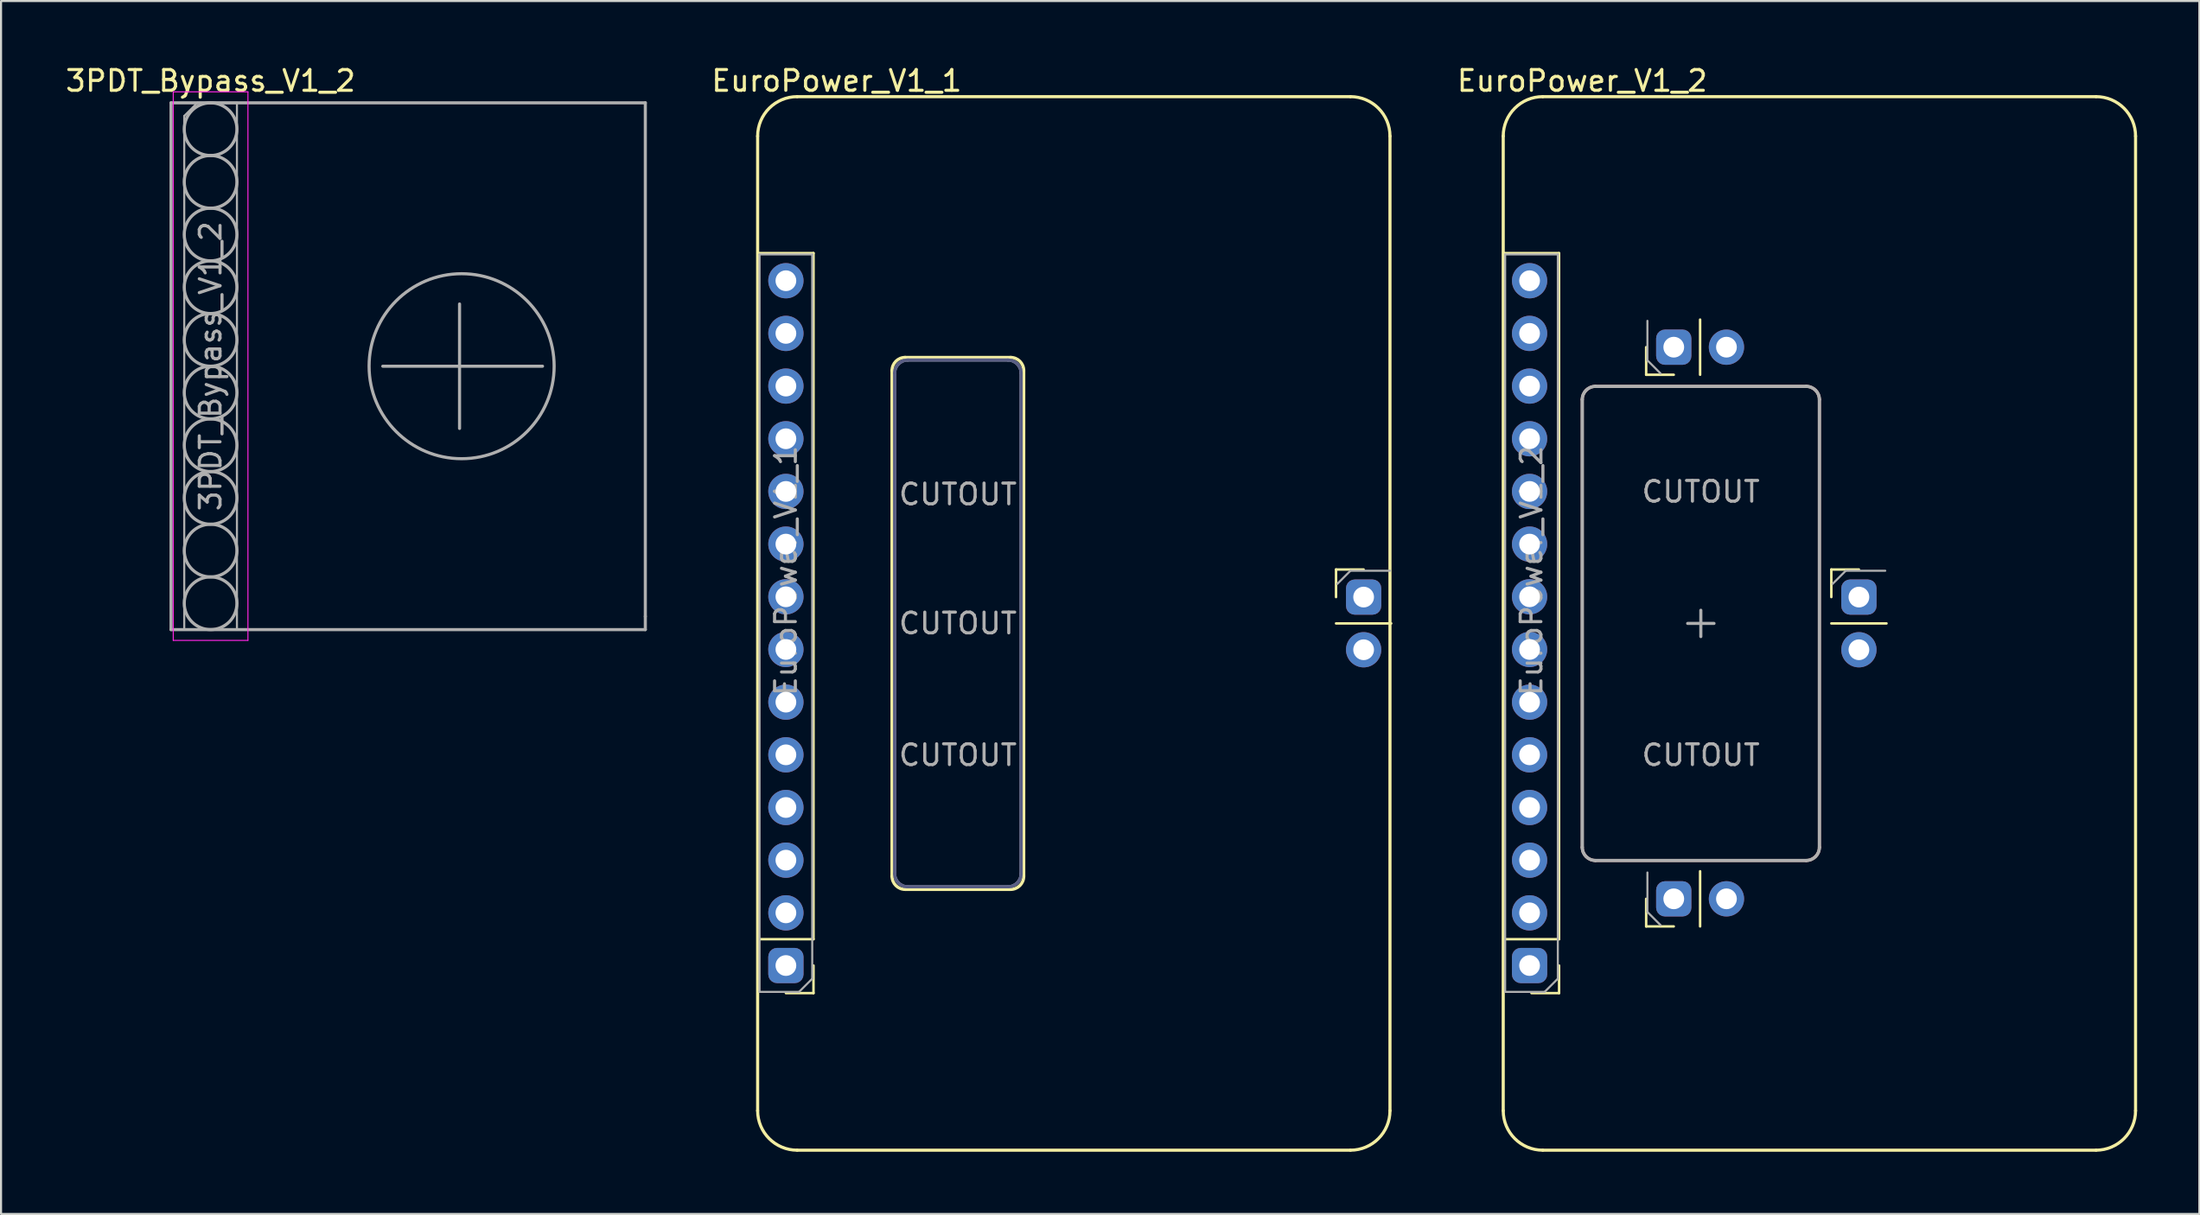
<source format=kicad_pcb>
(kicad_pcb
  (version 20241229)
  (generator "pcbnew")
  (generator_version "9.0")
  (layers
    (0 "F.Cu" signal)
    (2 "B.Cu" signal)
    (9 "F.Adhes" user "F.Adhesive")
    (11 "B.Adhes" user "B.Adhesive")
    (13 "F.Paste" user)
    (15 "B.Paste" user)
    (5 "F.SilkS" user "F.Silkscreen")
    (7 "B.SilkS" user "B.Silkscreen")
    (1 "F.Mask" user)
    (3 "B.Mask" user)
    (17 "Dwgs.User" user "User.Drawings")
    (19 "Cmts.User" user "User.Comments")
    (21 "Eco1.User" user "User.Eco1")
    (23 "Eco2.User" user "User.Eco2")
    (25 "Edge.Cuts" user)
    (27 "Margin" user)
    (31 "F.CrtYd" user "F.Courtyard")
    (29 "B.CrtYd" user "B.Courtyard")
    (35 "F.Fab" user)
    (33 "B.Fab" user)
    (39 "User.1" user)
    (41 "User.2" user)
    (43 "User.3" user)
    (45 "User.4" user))
  (footprint "EuroPower_V1_1"
    (layer "F.Cu")
    (at 48.71 27.01)
    (property "Reference" "EuroPower_V1_1" (at -11.43 -26.162 0) (layer "F.SilkS") (effects (font (size 1 1) (thickness 0.15))))
    (attr through_hole)
    (fp_line (start -15.24 23.495) (end -15.24 -23.495) (stroke (width 0.15) (type solid)) (layer "F.SilkS"))
    (fp_line (start -15.208 15.226) (end -15.208 -17.854) (stroke (width 0.12) (type solid)) (layer "F.SilkS"))
    (fp_line (start -13.335 -25.4) (end 13.335 -25.4) (stroke (width 0.15) (type solid)) (layer "F.SilkS"))
    (fp_line (start -12.548 -17.854) (end -15.208 -17.854) (stroke (width 0.12) (type solid)) (layer "F.SilkS"))
    (fp_line (start -12.548 15.226) (end -15.208 15.226) (stroke (width 0.12) (type solid)) (layer "F.SilkS"))
    (fp_line (start -12.548 15.226) (end -12.548 -17.854) (stroke (width 0.12) (type solid)) (layer "F.SilkS"))
    (fp_line (start -12.548 16.496) (end -12.548 17.826) (stroke (width 0.12) (type solid)) (layer "F.SilkS"))
    (fp_line (start -12.548 17.826) (end -13.878 17.826) (stroke (width 0.12) (type solid)) (layer "F.SilkS"))
    (fp_line (start -8.763 12.192) (end -8.763 -12.192) (stroke (width 0.15) (type solid)) (layer "F.SilkS"))
    (fp_line (start -8.128 -12.827) (end -3.048 -12.827) (stroke (width 0.15) (type solid)) (layer "F.SilkS"))
    (fp_line (start -3.048 12.827) (end -8.128 12.827) (stroke (width 0.15) (type solid)) (layer "F.SilkS"))
    (fp_line (start -2.413 -12.192) (end -2.413 12.192) (stroke (width 0.15) (type solid)) (layer "F.SilkS"))
    (fp_line (start 12.64 -2.6) (end 13.97 -2.6) (stroke (width 0.12) (type solid)) (layer "F.SilkS"))
    (fp_line (start 12.64 -1.27) (end 12.64 -2.6) (stroke (width 0.12) (type solid)) (layer "F.SilkS"))
    (fp_line (start 12.64 0) (end 15.3 0) (stroke (width 0.12) (type solid)) (layer "F.SilkS"))
    (fp_line (start 13.335 25.4) (end -13.335 25.4) (stroke (width 0.15) (type solid)) (layer "F.SilkS"))
    (fp_line (start 15.24 -23.495) (end 15.24 23.495) (stroke (width 0.15) (type solid)) (layer "F.SilkS"))
    (fp_arc (start -15.24 -23.495) (mid -14.682038 -24.842038) (end -13.335 -25.4) (stroke (width 0.15) (type solid)) (layer "F.SilkS"))
    (fp_arc (start -13.335 25.4) (mid -14.682038 24.842038) (end -15.24 23.495) (stroke (width 0.15) (type solid)) (layer "F.SilkS"))
    (fp_arc (start -8.763 -12.192) (mid -8.577013 -12.641013) (end -8.128 -12.827) (stroke (width 0.15) (type solid)) (layer "F.SilkS"))
    (fp_arc (start -8.128 12.827) (mid -8.577013 12.641013) (end -8.763 12.192) (stroke (width 0.15) (type solid)) (layer "F.SilkS"))
    (fp_arc (start -3.048 -12.827) (mid -2.598987 -12.641013) (end -2.413 -12.192) (stroke (width 0.15) (type solid)) (layer "F.SilkS"))
    (fp_arc (start -2.413 12.192) (mid -2.598987 12.641013) (end -3.048 12.827) (stroke (width 0.15) (type solid)) (layer "F.SilkS"))
    (fp_arc (start 13.335 -25.4) (mid 14.682038 -24.842038) (end 15.24 -23.495) (stroke (width 0.15) (type solid)) (layer "F.SilkS"))
    (fp_arc (start 15.24 23.495) (mid 14.682038 24.842038) (end 13.335 25.4) (stroke (width 0.15) (type solid)) (layer "F.SilkS"))
    (fp_line (start -8.636 12.065) (end -8.636 -12.065) (stroke (width 0.15) (type solid)) (layer "B.Fab"))
    (fp_line (start -8.001 -12.7) (end -3.175 -12.7) (stroke (width 0.15) (type solid)) (layer "B.Fab"))
    (fp_line (start -3.175 12.7) (end -8.001 12.7) (stroke (width 0.15) (type solid)) (layer "B.Fab"))
    (fp_line (start -2.54 -12.065) (end -2.54 12.065) (stroke (width 0.15) (type solid)) (layer "B.Fab"))
    (fp_arc (start -8.636 -12.065) (mid -8.450013 -12.514013) (end -8.001 -12.7) (stroke (width 0.15) (type solid)) (layer "B.Fab"))
    (fp_arc (start -8.001 12.7) (mid -8.450013 12.514013) (end -8.636 12.065) (stroke (width 0.15) (type solid)) (layer "B.Fab"))
    (fp_arc (start -3.175 -12.7) (mid -2.725987 -12.514013) (end -2.54 -12.065) (stroke (width 0.15) (type solid)) (layer "B.Fab"))
    (fp_arc (start -2.54 12.065) (mid -2.725987 12.514013) (end -3.175 12.7) (stroke (width 0.15) (type solid)) (layer "B.Fab"))
    (fp_line (start -15.148 -17.794) (end -12.608 -17.794) (stroke (width 0.1) (type solid)) (layer "F.Fab"))
    (fp_line (start -15.148 17.766) (end -15.148 -17.794) (stroke (width 0.1) (type solid)) (layer "F.Fab"))
    (fp_line (start -13.243 17.766) (end -15.148 17.766) (stroke (width 0.1) (type solid)) (layer "F.Fab"))
    (fp_line (start -12.608 -17.794) (end -12.608 17.131) (stroke (width 0.1) (type solid)) (layer "F.Fab"))
    (fp_line (start -12.608 17.131) (end -13.243 17.766) (stroke (width 0.1) (type solid)) (layer "F.Fab"))
    (fp_line (start -8.636 12.065) (end -8.636 -12.065) (stroke (width 0.15) (type solid)) (layer "F.Fab"))
    (fp_line (start -8.001 -12.7) (end -3.175 -12.7) (stroke (width 0.15) (type solid)) (layer "F.Fab"))
    (fp_line (start -3.175 12.7) (end -8.001 12.7) (stroke (width 0.15) (type solid)) (layer "F.Fab"))
    (fp_line (start -2.54 -12.065) (end -2.54 12.065) (stroke (width 0.15) (type solid)) (layer "F.Fab"))
    (fp_line (start 12.7 -1.905) (end 13.335 -2.54) (stroke (width 0.1) (type solid)) (layer "F.Fab"))
    (fp_line (start 13.335 -2.54) (end 15.24 -2.54) (stroke (width 0.1) (type solid)) (layer "F.Fab"))
    (fp_arc (start -8.636 -12.065) (mid -8.450013 -12.514013) (end -8.001 -12.7) (stroke (width 0.15) (type solid)) (layer "F.Fab"))
    (fp_arc (start -8.001 12.7) (mid -8.450013 12.514013) (end -8.636 12.065) (stroke (width 0.15) (type solid)) (layer "F.Fab"))
    (fp_arc (start -3.175 -12.7) (mid -2.725987 -12.514013) (end -2.54 -12.065) (stroke (width 0.15) (type solid)) (layer "F.Fab"))
    (fp_arc (start -2.54 12.065) (mid -2.725987 12.514013) (end -3.175 12.7) (stroke (width 0.15) (type solid)) (layer "F.Fab"))
    (fp_text user "CUTOUT" (at -5.588 -6.223 0) (layer "F.Fab") (effects (font (size 1 1) (thickness 0.15))))
    (fp_text user "CUTOUT" (at -5.588 0 0) (layer "F.Fab") (effects (font (size 1 1) (thickness 0.15))))
    (fp_text user "CUTOUT" (at -5.588 6.35 0) (layer "F.Fab") (effects (font (size 1 1) (thickness 0.15))))
    (fp_text user "${REFERENCE}" (at -13.878 -2.54 270) (layer "F.Fab") (effects (font (size 1 1) (thickness 0.15))))
    (pad "1" thru_hole roundrect (at -13.878 16.496 180) (size 1.7 1.7) (drill 1) (layers "*.Cu" "*.Mask") (roundrect_rratio 0.25))
    (pad "2" thru_hole oval (at -13.878 13.956 180) (size 1.7 1.7) (drill 1) (layers "*.Cu" "*.Mask"))
    (pad "2" thru_hole roundrect (at 13.97 -1.27) (size 1.7 1.7) (drill 1) (layers "*.Cu" "*.Mask") (roundrect_rratio 0.25))
    (pad "2" thru_hole oval (at 13.97 1.27) (size 1.7 1.7) (drill 1) (layers "*.Cu" "*.Mask"))
    (pad "3" thru_hole oval (at -13.878 11.416 180) (size 1.7 1.7) (drill 1) (layers "*.Cu" "*.Mask"))
    (pad "4" thru_hole oval (at -13.878 8.876 180) (size 1.7 1.7) (drill 1) (layers "*.Cu" "*.Mask"))
    (pad "5" thru_hole oval (at -13.878 6.336 180) (size 1.7 1.7) (drill 1) (layers "*.Cu" "*.Mask"))
    (pad "6" thru_hole oval (at -13.878 3.796 180) (size 1.7 1.7) (drill 1) (layers "*.Cu" "*.Mask"))
    (pad "7" thru_hole oval (at -13.878 1.256 180) (size 1.7 1.7) (drill 1) (layers "*.Cu" "*.Mask"))
    (pad "8" thru_hole oval (at -13.878 -1.284 180) (size 1.7 1.7) (drill 1) (layers "*.Cu" "*.Mask"))
    (pad "9" thru_hole oval (at -13.878 -3.824 180) (size 1.7 1.7) (drill 1) (layers "*.Cu" "*.Mask"))
    (pad "10" thru_hole oval (at -13.878 -6.364 180) (size 1.7 1.7) (drill 1) (layers "*.Cu" "*.Mask"))
    (pad "11" thru_hole oval (at -13.878 -8.904 180) (size 1.7 1.7) (drill 1) (layers "*.Cu" "*.Mask"))
    (pad "12" thru_hole oval (at -13.878 -11.444 180) (size 1.7 1.7) (drill 1) (layers "*.Cu" "*.Mask"))
    (pad "13" thru_hole oval (at -13.878 -13.984 180) (size 1.7 1.7) (drill 1) (layers "*.Cu" "*.Mask"))
    (pad "14" thru_hole oval (at -13.878 -16.524 180) (size 1.7 1.7) (drill 1) (layers "*.Cu" "*.Mask")))
  (footprint "EuroPower_V1_2"
    (layer "F.Cu")
    (at 84.649 27.01)
    (property "Reference" "EuroPower_V1_2" (at -11.43 -26.162 0) (layer "F.SilkS") (effects (font (size 1 1) (thickness 0.15))))
    (attr through_hole)
    (fp_line (start -15.24 23.495) (end -15.24 -23.495) (stroke (width 0.15) (type solid)) (layer "F.SilkS"))
    (fp_line (start -15.208 15.226) (end -15.208 -17.854) (stroke (width 0.12) (type solid)) (layer "F.SilkS"))
    (fp_line (start -13.335 -25.4) (end 13.335 -25.4) (stroke (width 0.15) (type solid)) (layer "F.SilkS"))
    (fp_line (start -12.548 -17.854) (end -15.208 -17.854) (stroke (width 0.12) (type solid)) (layer "F.SilkS"))
    (fp_line (start -12.548 15.226) (end -15.208 15.226) (stroke (width 0.12) (type solid)) (layer "F.SilkS"))
    (fp_line (start -12.548 15.226) (end -12.548 -17.854) (stroke (width 0.12) (type solid)) (layer "F.SilkS"))
    (fp_line (start -12.548 16.496) (end -12.548 17.826) (stroke (width 0.12) (type solid)) (layer "F.SilkS"))
    (fp_line (start -12.548 17.826) (end -13.878 17.826) (stroke (width 0.12) (type solid)) (layer "F.SilkS"))
    (fp_line (start -8.35 -11.99) (end -8.35 -13.32) (stroke (width 0.12) (type solid)) (layer "F.SilkS"))
    (fp_line (start -8.35 14.61) (end -8.35 13.28) (stroke (width 0.12) (type solid)) (layer "F.SilkS"))
    (fp_line (start -7.02 -11.99) (end -8.35 -11.99) (stroke (width 0.12) (type solid)) (layer "F.SilkS"))
    (fp_line (start -7.02 14.61) (end -8.35 14.61) (stroke (width 0.12) (type solid)) (layer "F.SilkS"))
    (fp_line (start -5.75 -11.99) (end -5.75 -14.65) (stroke (width 0.12) (type solid)) (layer "F.SilkS"))
    (fp_line (start -5.75 14.61) (end -5.75 11.95) (stroke (width 0.12) (type solid)) (layer "F.SilkS"))
    (fp_line (start 0.575 -2.6) (end 1.905 -2.6) (stroke (width 0.12) (type solid)) (layer "F.SilkS"))
    (fp_line (start 0.575 -1.27) (end 0.575 -2.6) (stroke (width 0.12) (type solid)) (layer "F.SilkS"))
    (fp_line (start 0.575 0) (end 3.235 0) (stroke (width 0.12) (type solid)) (layer "F.SilkS"))
    (fp_line (start 13.335 25.4) (end -13.335 25.4) (stroke (width 0.15) (type solid)) (layer "F.SilkS"))
    (fp_line (start 15.24 -23.495) (end 15.24 23.495) (stroke (width 0.15) (type solid)) (layer "F.SilkS"))
    (fp_arc (start -15.24 -23.495) (mid -14.682038 -24.842038) (end -13.335 -25.4) (stroke (width 0.15) (type solid)) (layer "F.SilkS"))
    (fp_arc (start -13.335 25.4) (mid -14.682038 24.842038) (end -15.24 23.495) (stroke (width 0.15) (type solid)) (layer "F.SilkS"))
    (fp_arc (start 13.335 -25.4) (mid 14.682038 -24.842038) (end 15.24 -23.495) (stroke (width 0.15) (type solid)) (layer "F.SilkS"))
    (fp_arc (start 15.24 23.495) (mid 14.682038 24.842038) (end 13.335 25.4) (stroke (width 0.15) (type solid)) (layer "F.SilkS"))
    (fp_line (start -11.43 -10.795) (end -11.43 10.795) (stroke (width 0.15) (type solid)) (layer "B.SilkS"))
    (fp_line (start -10.795 11.43) (end -0.635 11.43) (stroke (width 0.15) (type solid)) (layer "B.SilkS"))
    (fp_line (start -0.635 -11.43) (end -10.795 -11.43) (stroke (width 0.15) (type solid)) (layer "B.SilkS"))
    (fp_line (start 0 10.795) (end 0 -10.795) (stroke (width 0.15) (type solid)) (layer "B.SilkS"))
    (fp_arc (start -11.43 -10.795) (mid -11.244013 -11.244013) (end -10.795 -11.43) (stroke (width 0.15) (type solid)) (layer "B.SilkS"))
    (fp_arc (start -10.795 11.43) (mid -11.244013 11.244013) (end -11.43 10.795) (stroke (width 0.15) (type solid)) (layer "B.SilkS"))
    (fp_arc (start -0.635 -11.43) (mid -0.185987 -11.244013) (end 0 -10.795) (stroke (width 0.15) (type solid)) (layer "B.SilkS"))
    (fp_arc (start 0 10.795) (mid -0.185987 11.244013) (end -0.635 11.43) (stroke (width 0.15) (type solid)) (layer "B.SilkS"))
    (fp_line (start -15.148 -17.794) (end -12.608 -17.794) (stroke (width 0.1) (type solid)) (layer "F.Fab"))
    (fp_line (start -15.148 17.766) (end -15.148 -17.794) (stroke (width 0.1) (type solid)) (layer "F.Fab"))
    (fp_line (start -13.243 17.766) (end -15.148 17.766) (stroke (width 0.1) (type solid)) (layer "F.Fab"))
    (fp_line (start -12.608 -17.794) (end -12.608 17.131) (stroke (width 0.1) (type solid)) (layer "F.Fab"))
    (fp_line (start -12.608 17.131) (end -13.243 17.766) (stroke (width 0.1) (type solid)) (layer "F.Fab"))
    (fp_line (start -11.43 -10.795) (end -11.43 10.795) (stroke (width 0.15) (type solid)) (layer "F.Fab"))
    (fp_line (start -10.795 11.43) (end -0.635 11.43) (stroke (width 0.15) (type solid)) (layer "F.Fab"))
    (fp_line (start -8.29 -12.685) (end -8.29 -14.59) (stroke (width 0.1) (type solid)) (layer "F.Fab"))
    (fp_line (start -8.29 13.915) (end -8.29 12.01) (stroke (width 0.1) (type solid)) (layer "F.Fab"))
    (fp_line (start -7.655 -12.05) (end -8.29 -12.685) (stroke (width 0.1) (type solid)) (layer "F.Fab"))
    (fp_line (start -7.655 14.55) (end -8.29 13.915) (stroke (width 0.1) (type solid)) (layer "F.Fab"))
    (fp_line (start -6.35 0) (end -5.08 0) (stroke (width 0.15) (type solid)) (layer "F.Fab"))
    (fp_line (start -5.715 -0.635) (end -5.715 0.635) (stroke (width 0.15) (type solid)) (layer "F.Fab"))
    (fp_line (start -0.635 -11.43) (end -10.795 -11.43) (stroke (width 0.15) (type solid)) (layer "F.Fab"))
    (fp_line (start 0 10.795) (end 0 -10.795) (stroke (width 0.15) (type solid)) (layer "F.Fab"))
    (fp_line (start 0.635 -1.905) (end 1.27 -2.54) (stroke (width 0.1) (type solid)) (layer "F.Fab"))
    (fp_line (start 1.27 -2.54) (end 3.175 -2.54) (stroke (width 0.1) (type solid)) (layer "F.Fab"))
    (fp_arc (start -11.43 -10.795) (mid -11.244013 -11.244013) (end -10.795 -11.43) (stroke (width 0.15) (type solid)) (layer "F.Fab"))
    (fp_arc (start -10.795 11.43) (mid -11.244013 11.244013) (end -11.43 10.795) (stroke (width 0.15) (type solid)) (layer "F.Fab"))
    (fp_arc (start -0.635 -11.43) (mid -0.185987 -11.244013) (end 0 -10.795) (stroke (width 0.15) (type solid)) (layer "F.Fab"))
    (fp_arc (start 0 10.795) (mid -0.185987 11.244013) (end -0.635 11.43) (stroke (width 0.15) (type solid)) (layer "F.Fab"))
    (fp_text user "${REFERENCE}" (at -13.878 -2.54 270) (layer "F.Fab") (effects (font (size 1 1) (thickness 0.15))))
    (fp_text user "CUTOUT" (at -5.715 -6.35 0) (layer "F.Fab") (effects (font (size 1 1) (thickness 0.15))))
    (fp_text user "CUTOUT" (at -5.715 6.35 0) (layer "F.Fab") (effects (font (size 1 1) (thickness 0.15))))
    (pad "1" thru_hole roundrect (at -13.97 16.496 180) (size 1.7 1.7) (drill 1) (layers "*.Cu" "*.Mask") (roundrect_rratio 0.25))
    (pad "2" thru_hole oval (at -13.97 13.956 180) (size 1.7 1.7) (drill 1) (layers "*.Cu" "*.Mask"))
    (pad "2" thru_hole roundrect (at -7.02 -13.32 90) (size 1.7 1.7) (drill 1) (layers "*.Cu" "*.Mask") (roundrect_rratio 0.25))
    (pad "2" thru_hole roundrect (at -7.02 13.28 90) (size 1.7 1.7) (drill 1) (layers "*.Cu" "*.Mask") (roundrect_rratio 0.25))
    (pad "2" thru_hole oval (at -4.48 -13.32 90) (size 1.7 1.7) (drill 1) (layers "*.Cu" "*.Mask"))
    (pad "2" thru_hole oval (at -4.48 13.28 90) (size 1.7 1.7) (drill 1) (layers "*.Cu" "*.Mask"))
    (pad "2" thru_hole roundrect (at 1.905 -1.27) (size 1.7 1.7) (drill 1) (layers "*.Cu" "*.Mask") (roundrect_rratio 0.25))
    (pad "2" thru_hole oval (at 1.905 1.27) (size 1.7 1.7) (drill 1) (layers "*.Cu" "*.Mask"))
    (pad "3" thru_hole oval (at -13.97 11.416 180) (size 1.7 1.7) (drill 1) (layers "*.Cu" "*.Mask"))
    (pad "4" thru_hole oval (at -13.97 8.876 180) (size 1.7 1.7) (drill 1) (layers "*.Cu" "*.Mask"))
    (pad "5" thru_hole oval (at -13.97 6.336 180) (size 1.7 1.7) (drill 1) (layers "*.Cu" "*.Mask"))
    (pad "6" thru_hole oval (at -13.97 3.796 180) (size 1.7 1.7) (drill 1) (layers "*.Cu" "*.Mask"))
    (pad "7" thru_hole oval (at -13.97 1.256 180) (size 1.7 1.7) (drill 1) (layers "*.Cu" "*.Mask"))
    (pad "8" thru_hole oval (at -13.97 -1.284 180) (size 1.7 1.7) (drill 1) (layers "*.Cu" "*.Mask"))
    (pad "9" thru_hole oval (at -13.97 -3.824 180) (size 1.7 1.7) (drill 1) (layers "*.Cu" "*.Mask"))
    (pad "10" thru_hole oval (at -13.97 -6.364 180) (size 1.7 1.7) (drill 1) (layers "*.Cu" "*.Mask"))
    (pad "11" thru_hole oval (at -13.97 -8.904 180) (size 1.7 1.7) (drill 1) (layers "*.Cu" "*.Mask"))
    (pad "12" thru_hole oval (at -13.97 -11.444 180) (size 1.7 1.7) (drill 1) (layers "*.Cu" "*.Mask"))
    (pad "13" thru_hole oval (at -13.97 -13.984 180) (size 1.7 1.7) (drill 1) (layers "*.Cu" "*.Mask"))
    (pad "14" thru_hole oval (at -13.97 -16.524 180) (size 1.7 1.7) (drill 1) (layers "*.Cu" "*.Mask")))
  (footprint "3PDT_Bypass_V1_2"
    (layer "F.Cu")
    (at 7.101 14.608)
    (property "Reference" "3PDT_Bypass_V1_2" (at 0 -13.76 0) (layer "F.SilkS") (effects (font (size 1 1) (thickness 0.15))))
    (attr exclude_from_pos_files exclude_from_bom)
    (fp_line (start -1.8 -13.23) (end -1.8 13.22) (stroke (width 0.05) (type solid)) (layer "F.CrtYd"))
    (fp_line (start -1.8 13.22) (end 1.8 13.22) (stroke (width 0.05) (type solid)) (layer "F.CrtYd"))
    (fp_line (start 1.8 -13.23) (end -1.8 -13.23) (stroke (width 0.05) (type solid)) (layer "F.CrtYd"))
    (fp_line (start 1.8 13.22) (end 1.8 -13.23) (stroke (width 0.05) (type solid)) (layer "F.CrtYd"))
    (fp_line (start -1.905 -12.7) (end 20.955 -12.7) (stroke (width 0.15) (type solid)) (layer "F.Fab"))
    (fp_line (start -1.905 12.7) (end -1.905 -12.7) (stroke (width 0.15) (type solid)) (layer "F.Fab"))
    (fp_line (start -1.27 -12.065) (end -0.635 -12.7) (stroke (width 0.1) (type solid)) (layer "F.Fab"))
    (fp_line (start -1.27 12.7) (end -1.27 -12.065) (stroke (width 0.1) (type solid)) (layer "F.Fab"))
    (fp_line (start -0.635 -12.7) (end 1.27 -12.7) (stroke (width 0.1) (type solid)) (layer "F.Fab"))
    (fp_line (start 1.27 -12.7) (end 1.27 12.7) (stroke (width 0.1) (type solid)) (layer "F.Fab"))
    (fp_line (start 1.27 12.7) (end -1.27 12.7) (stroke (width 0.1) (type solid)) (layer "F.Fab"))
    (fp_line (start 12 3) (end 12 -3) (stroke (width 0.15) (type solid)) (layer "F.Fab"))
    (fp_line (start 16 0) (end 8.3 0) (stroke (width 0.15) (type solid)) (layer "F.Fab"))
    (fp_line (start 20.955 -12.7) (end 20.955 12.065) (stroke (width 0.15) (type solid)) (layer "F.Fab"))
    (fp_line (start 20.955 12.065) (end 20.955 12.7) (stroke (width 0.15) (type solid)) (layer "F.Fab"))
    (fp_line (start 20.955 12.7) (end -1.905 12.7) (stroke (width 0.15) (type solid)) (layer "F.Fab"))
    (fp_circle (center 0 -11.43) (end 1.27 -11.43) (stroke (width 0.15) (type solid)) (fill no) (layer "F.Fab"))
    (fp_circle (center 0 -8.89) (end 1.27 -8.89) (stroke (width 0.15) (type solid)) (fill no) (layer "F.Fab"))
    (fp_circle (center 0 -6.35) (end 1.27 -6.35) (stroke (width 0.15) (type solid)) (fill no) (layer "F.Fab"))
    (fp_circle (center 0 -3.81) (end 1.27 -3.81) (stroke (width 0.15) (type solid)) (fill no) (layer "F.Fab"))
    (fp_circle (center 0 -1.27) (end 1.27 -1.27) (stroke (width 0.15) (type solid)) (fill no) (layer "F.Fab"))
    (fp_circle (center 0 1.27) (end 1.27 1.27) (stroke (width 0.15) (type solid)) (fill no) (layer "F.Fab"))
    (fp_circle (center 0 3.81) (end 1.27 3.81) (stroke (width 0.15) (type solid)) (fill no) (layer "F.Fab"))
    (fp_circle (center 0 6.35) (end 1.27 6.35) (stroke (width 0.15) (type solid)) (fill no) (layer "F.Fab"))
    (fp_circle (center 0 8.89) (end 1.27 8.89) (stroke (width 0.15) (type solid)) (fill no) (layer "F.Fab"))
    (fp_circle (center 0 11.43) (end 1.27 11.43) (stroke (width 0.15) (type solid)) (fill no) (layer "F.Fab"))
    (fp_circle (center 12.1 0) (end 15.4 -3) (stroke (width 0.15) (type solid)) (fill no) (layer "F.Fab"))
    (fp_text user "${REFERENCE}" (at 0 0 90) (layer "F.Fab") (effects (font (size 1 1) (thickness 0.15)))))
  (gr_rect
    (start -3 -3)
    (end 102.964 55.485)
    (stroke (width 0.1) (type default))
    (fill no)
    (layer "Edge.Cuts")))
</source>
